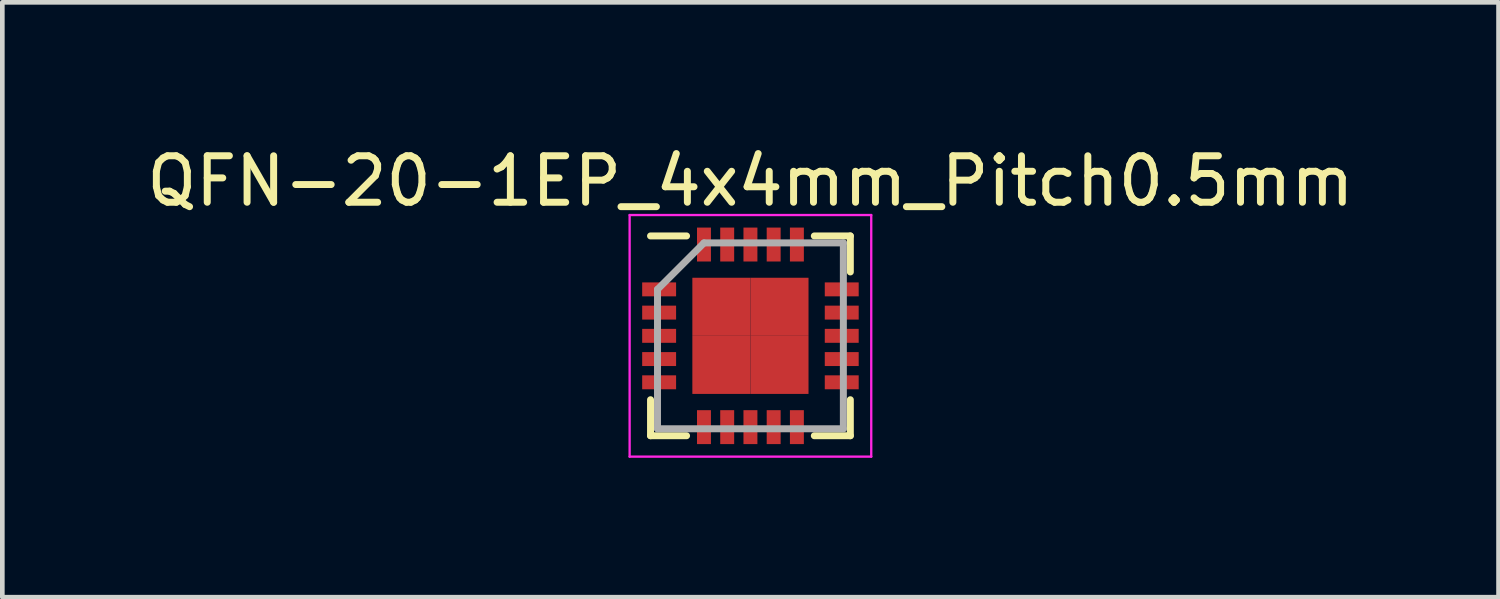
<source format=kicad_pcb>
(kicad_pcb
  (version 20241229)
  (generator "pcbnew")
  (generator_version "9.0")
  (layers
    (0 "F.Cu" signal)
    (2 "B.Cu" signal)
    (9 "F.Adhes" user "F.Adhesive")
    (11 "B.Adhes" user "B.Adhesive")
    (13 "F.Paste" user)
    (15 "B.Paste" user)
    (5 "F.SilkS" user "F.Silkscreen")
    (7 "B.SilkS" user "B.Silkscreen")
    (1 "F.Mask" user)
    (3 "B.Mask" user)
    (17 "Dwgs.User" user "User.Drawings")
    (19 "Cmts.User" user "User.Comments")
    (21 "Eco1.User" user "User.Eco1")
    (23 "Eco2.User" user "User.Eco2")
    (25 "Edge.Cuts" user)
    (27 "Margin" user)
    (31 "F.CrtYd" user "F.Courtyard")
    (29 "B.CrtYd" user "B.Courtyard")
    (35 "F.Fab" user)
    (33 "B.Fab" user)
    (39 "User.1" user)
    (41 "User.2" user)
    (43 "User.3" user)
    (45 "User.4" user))
  (footprint "QFN-20-1EP_4x4mm_Pitch0.5mm"
    (layer "F.Cu")
    (at 13.101 4.178)
    (property "Reference" "QFN-20-1EP_4x4mm_Pitch0.5mm" (at 0 -3.33 0) (layer "F.SilkS") (effects (font (size 1 1) (thickness 0.15))))
    (attr smd)
    (fp_line (start -2.15 -2.15) (end -1.375 -2.15) (stroke (width 0.15) (type solid)) (layer "F.SilkS"))
    (fp_line (start -2.15 2.15) (end -2.15 1.375) (stroke (width 0.15) (type solid)) (layer "F.SilkS"))
    (fp_line (start -2.15 2.15) (end -1.375 2.15) (stroke (width 0.15) (type solid)) (layer "F.SilkS"))
    (fp_line (start 2.15 -2.15) (end 1.375 -2.15) (stroke (width 0.15) (type solid)) (layer "F.SilkS"))
    (fp_line (start 2.15 -2.15) (end 2.15 -1.375) (stroke (width 0.15) (type solid)) (layer "F.SilkS"))
    (fp_line (start 2.15 2.15) (end 1.375 2.15) (stroke (width 0.15) (type solid)) (layer "F.SilkS"))
    (fp_line (start 2.15 2.15) (end 2.15 1.375) (stroke (width 0.15) (type solid)) (layer "F.SilkS"))
    (fp_line (start -2.6 -2.6) (end -2.6 2.6) (stroke (width 0.05) (type solid)) (layer "F.CrtYd"))
    (fp_line (start -2.6 -2.6) (end 2.6 -2.6) (stroke (width 0.05) (type solid)) (layer "F.CrtYd"))
    (fp_line (start -2.6 2.6) (end 2.6 2.6) (stroke (width 0.05) (type solid)) (layer "F.CrtYd"))
    (fp_line (start 2.6 -2.6) (end 2.6 2.6) (stroke (width 0.05) (type solid)) (layer "F.CrtYd"))
    (fp_line (start -2 -1) (end -1 -2) (stroke (width 0.15) (type solid)) (layer "F.Fab"))
    (fp_line (start -2 2) (end -2 -1) (stroke (width 0.15) (type solid)) (layer "F.Fab"))
    (fp_line (start -1 -2) (end 2 -2) (stroke (width 0.15) (type solid)) (layer "F.Fab"))
    (fp_line (start 2 -2) (end 2 2) (stroke (width 0.15) (type solid)) (layer "F.Fab"))
    (fp_line (start 2 2) (end -2 2) (stroke (width 0.15) (type solid)) (layer "F.Fab"))
    (pad "1" smd rect (at -1.965 -1) (size 0.73 0.3) (layers "F.Cu" "F.Mask" "F.Paste"))
    (pad "2" smd rect (at -1.965 -0.5) (size 0.73 0.3) (layers "F.Cu" "F.Mask" "F.Paste"))
    (pad "3" smd rect (at -1.965 0) (size 0.73 0.3) (layers "F.Cu" "F.Mask" "F.Paste"))
    (pad "4" smd rect (at -1.965 0.5) (size 0.73 0.3) (layers "F.Cu" "F.Mask" "F.Paste"))
    (pad "5" smd rect (at -1.965 1) (size 0.73 0.3) (layers "F.Cu" "F.Mask" "F.Paste"))
    (pad "6" smd rect (at -1 1.965 90) (size 0.73 0.3) (layers "F.Cu" "F.Mask" "F.Paste"))
    (pad "7" smd rect (at -0.5 1.965 90) (size 0.73 0.3) (layers "F.Cu" "F.Mask" "F.Paste"))
    (pad "8" smd rect (at 0 1.965 90) (size 0.73 0.3) (layers "F.Cu" "F.Mask" "F.Paste"))
    (pad "9" smd rect (at 0.5 1.965 90) (size 0.73 0.3) (layers "F.Cu" "F.Mask" "F.Paste"))
    (pad "10" smd rect (at 1 1.965 90) (size 0.73 0.3) (layers "F.Cu" "F.Mask" "F.Paste"))
    (pad "11" smd rect (at 1.965 1) (size 0.73 0.3) (layers "F.Cu" "F.Mask" "F.Paste"))
    (pad "12" smd rect (at 1.965 0.5) (size 0.73 0.3) (layers "F.Cu" "F.Mask" "F.Paste"))
    (pad "13" smd rect (at 1.965 0) (size 0.73 0.3) (layers "F.Cu" "F.Mask" "F.Paste"))
    (pad "14" smd rect (at 1.965 -0.5) (size 0.73 0.3) (layers "F.Cu" "F.Mask" "F.Paste"))
    (pad "15" smd rect (at 1.965 -1) (size 0.73 0.3) (layers "F.Cu" "F.Mask" "F.Paste"))
    (pad "16" smd rect (at 1 -1.965 90) (size 0.73 0.3) (layers "F.Cu" "F.Mask" "F.Paste"))
    (pad "17" smd rect (at 0.5 -1.965 90) (size 0.73 0.3) (layers "F.Cu" "F.Mask" "F.Paste"))
    (pad "18" smd rect (at 0 -1.965 90) (size 0.73 0.3) (layers "F.Cu" "F.Mask" "F.Paste"))
    (pad "19" smd rect (at -0.5 -1.965 90) (size 0.73 0.3) (layers "F.Cu" "F.Mask" "F.Paste"))
    (pad "20" smd rect (at -1 -1.965 90) (size 0.73 0.3) (layers "F.Cu" "F.Mask" "F.Paste"))
    (pad "21" smd rect (at -0.625 -0.625) (size 1.25 1.25) (layers "F.Cu" "F.Mask" "F.Paste"))
    (pad "21" smd rect (at -0.625 0.625) (size 1.25 1.25) (layers "F.Cu" "F.Mask" "F.Paste"))
    (pad "21" smd rect (at 0.625 -0.625) (size 1.25 1.25) (layers "F.Cu" "F.Mask" "F.Paste"))
    (pad "21" smd rect (at 0.625 0.625) (size 1.25 1.25) (layers "F.Cu" "F.Mask" "F.Paste")))
  (gr_rect
    (start -3 -3)
    (end 29.202 9.803)
    (stroke (width 0.1) (type default))
    (fill no)
    (layer "Edge.Cuts")))
</source>
